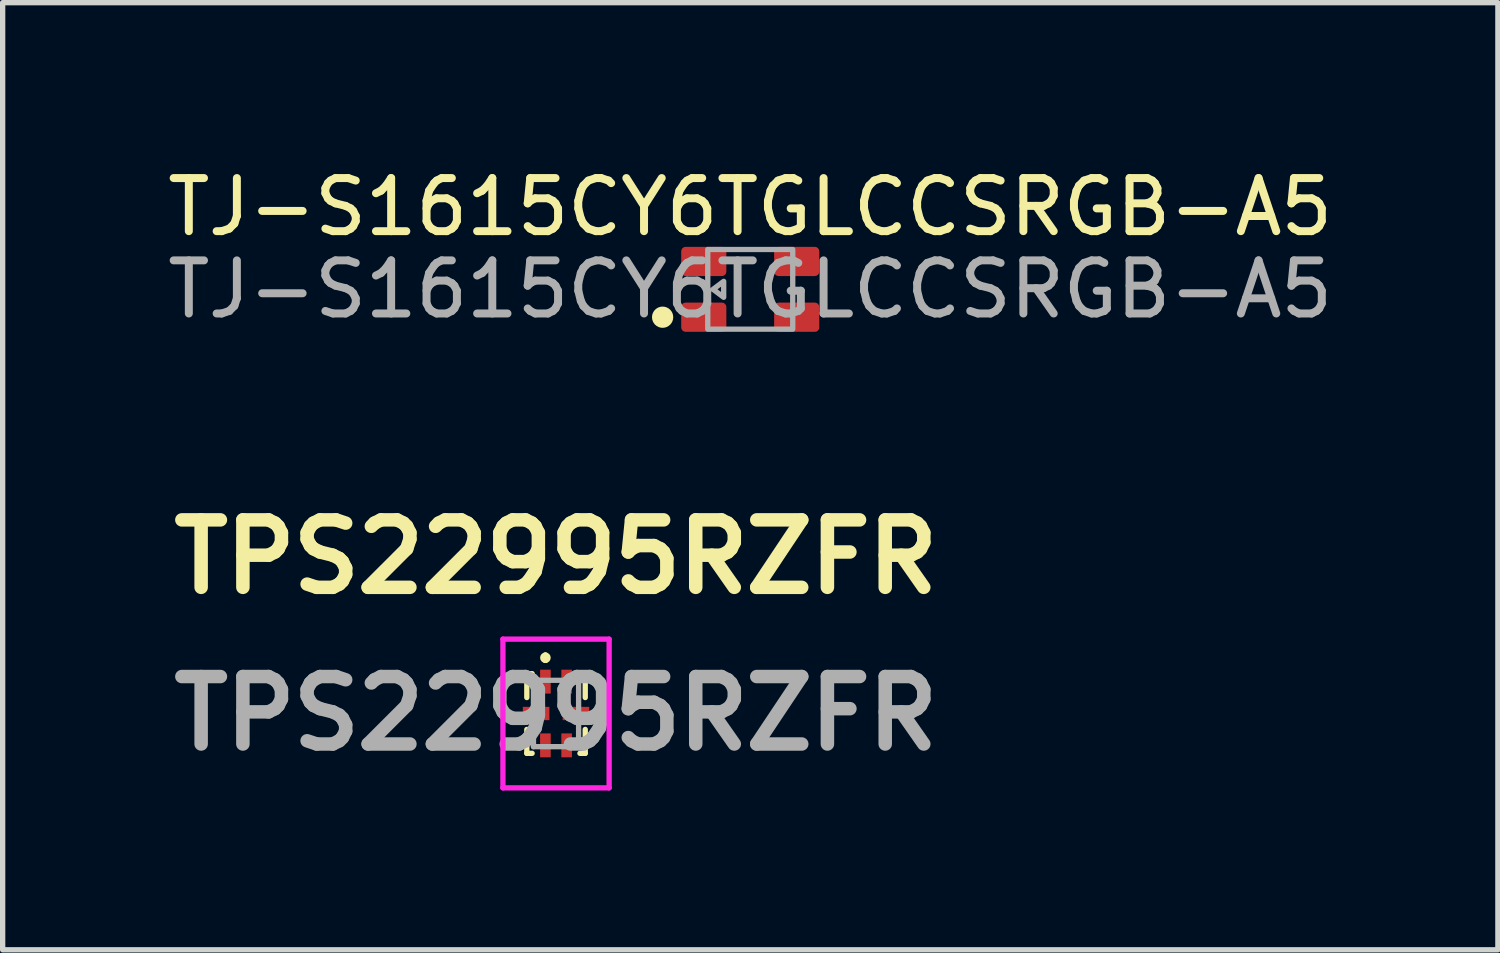
<source format=kicad_pcb>
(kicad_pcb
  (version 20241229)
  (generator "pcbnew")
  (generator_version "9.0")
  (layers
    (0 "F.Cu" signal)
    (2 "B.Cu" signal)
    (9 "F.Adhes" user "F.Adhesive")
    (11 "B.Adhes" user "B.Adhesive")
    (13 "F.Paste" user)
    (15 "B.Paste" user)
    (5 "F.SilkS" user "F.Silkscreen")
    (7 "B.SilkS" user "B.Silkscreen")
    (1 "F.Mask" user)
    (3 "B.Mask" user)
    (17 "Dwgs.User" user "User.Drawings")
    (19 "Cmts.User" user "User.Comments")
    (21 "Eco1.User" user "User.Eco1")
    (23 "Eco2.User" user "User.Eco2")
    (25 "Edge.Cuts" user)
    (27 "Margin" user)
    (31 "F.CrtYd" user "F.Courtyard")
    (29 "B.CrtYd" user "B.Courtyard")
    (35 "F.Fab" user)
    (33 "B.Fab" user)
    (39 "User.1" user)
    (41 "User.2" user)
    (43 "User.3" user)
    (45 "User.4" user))
  (footprint "TPS22995RZFR"
    (layer "F.Cu")
    (at 7.42 10.385)
    (property "Reference" "TPS22995RZFR" (at 0 -2.95 0) (layer "F.SilkS") (effects (font (size 1.27 1.27) (thickness 0.254))))
    (attr smd)
    (fp_line (start -0.55 -0.75) (end -0.55 -0.3) (stroke (width 0.1) (type default)) (layer "F.SilkS"))
    (fp_line (start -0.55 0.75) (end -0.55 0.3) (stroke (width 0.1) (type default)) (layer "F.SilkS"))
    (fp_line (start -0.45 -0.75) (end -0.55 -0.75) (stroke (width 0.1) (type default)) (layer "F.SilkS"))
    (fp_line (start -0.45 0.75) (end -0.55 0.75) (stroke (width 0.1) (type default)) (layer "F.SilkS"))
    (fp_line (start -0.2 -1.1) (end -0.2 -1.1) (stroke (width 0.1) (type solid)) (layer "F.SilkS"))
    (fp_line (start -0.2 -1) (end -0.2 -1) (stroke (width 0.1) (type solid)) (layer "F.SilkS"))
    (fp_line (start 0.45 -0.75) (end 0.55 -0.75) (stroke (width 0.1) (type default)) (layer "F.SilkS"))
    (fp_line (start 0.45 0.75) (end 0.55 0.75) (stroke (width 0.1) (type default)) (layer "F.SilkS"))
    (fp_line (start 0.55 -0.75) (end 0.55 -0.3) (stroke (width 0.1) (type default)) (layer "F.SilkS"))
    (fp_line (start 0.55 0.75) (end 0.55 0.3) (stroke (width 0.1) (type default)) (layer "F.SilkS"))
    (fp_arc (start -0.2 -1.1) (mid -0.15 -1.05) (end -0.2 -1) (stroke (width 0.1) (type solid)) (layer "F.SilkS"))
    (fp_arc (start -0.2 -1) (mid -0.25 -1.05) (end -0.2 -1.1) (stroke (width 0.1) (type solid)) (layer "F.SilkS"))
    (fp_line (start -1 -1.4) (end 1 -1.4) (stroke (width 0.1) (type solid)) (layer "F.CrtYd"))
    (fp_line (start -1 1.4) (end -1 -1.4) (stroke (width 0.1) (type solid)) (layer "F.CrtYd"))
    (fp_line (start 1 -1.4) (end 1 1.4) (stroke (width 0.1) (type solid)) (layer "F.CrtYd"))
    (fp_line (start 1 1.4) (end -1 1.4) (stroke (width 0.1) (type solid)) (layer "F.CrtYd"))
    (fp_line (start -0.425 -0.625) (end 0.425 -0.625) (stroke (width 0.1) (type solid)) (layer "F.Fab"))
    (fp_line (start -0.425 0.625) (end -0.425 -0.625) (stroke (width 0.1) (type solid)) (layer "F.Fab"))
    (fp_line (start 0.425 -0.625) (end 0.425 0.625) (stroke (width 0.1) (type solid)) (layer "F.Fab"))
    (fp_line (start 0.425 0.625) (end -0.425 0.625) (stroke (width 0.1) (type solid)) (layer "F.Fab"))
    (fp_text user "${REFERENCE}" (at 0 0 0) (layer "F.Fab") (effects (font (size 1.27 1.27) (thickness 0.254))))
    (pad "1" smd rect (at -0.2 -0.6) (size 0.2 0.45) (layers "F.Cu" "F.Mask" "F.Paste"))
    (pad "2" smd rect (at -0.375 0 90) (size 0.25 0.5) (layers "F.Cu" "F.Mask" "F.Paste"))
    (pad "3" smd rect (at -0.2 0.6) (size 0.2 0.45) (layers "F.Cu" "F.Mask" "F.Paste"))
    (pad "4" smd rect (at 0.2 0.6) (size 0.2 0.45) (layers "F.Cu" "F.Mask" "F.Paste"))
    (pad "5" smd rect (at 0.375 0 90) (size 0.25 0.5) (layers "F.Cu" "F.Mask" "F.Paste"))
    (pad "6" smd rect (at 0.2 -0.6) (size 0.2 0.45) (layers "F.Cu" "F.Mask" "F.Paste")))
  (footprint "TJ-S1615CY6TGLCCSRGB-A5"
    (layer "F.Cu")
    (at 11.077 2.398)
    (property "Reference" "TJ-S1615CY6TGLCCSRGB-A5" (at 0 -1.55 0) (unlocked yes) (layer "F.SilkS") (effects (font (size 1 1) (thickness 0.15))))
    (attr smd board_only exclude_from_pos_files exclude_from_bom allow_missing_courtyard dnp)
    (fp_circle (center -1.65 0.525) (end -1.55 0.525) (stroke (width 0.2) (type solid)) (fill no) (layer "F.SilkS"))
    (fp_rect (start -0.8 -0.75) (end 0.8 0.75) (stroke (width 0.1) (type default)) (fill no) (layer "F.Fab"))
    (fp_poly (pts (xy -0.5 -0.15) (xy -0.7 0) (xy -0.5 0.15)) (stroke (width 0.1) (type solid)) (fill no) (layer "F.Fab"))
    (fp_text user "${REFERENCE}" (at 0 0 0) (unlocked yes) (layer "F.Fab") (effects (font (size 1 1) (thickness 0.15))))
    (pad "1" smd roundrect (at -0.875 0.525) (size 0.85 0.55) (layers "F.Cu" "F.Mask" "F.Paste") (roundrect_rratio 0.15))
    (pad "2" smd roundrect (at 0.875 0.525) (size 0.85 0.55) (layers "F.Cu" "F.Mask" "F.Paste") (roundrect_rratio 0.15))
    (pad "3" smd roundrect (at 0.875 -0.525) (size 0.85 0.55) (layers "F.Cu" "F.Mask" "F.Paste") (roundrect_rratio 0.15))
    (pad "4" smd roundrect (at -0.875 -0.525) (size 0.85 0.55) (layers "F.Cu" "F.Mask" "F.Paste") (roundrect_rratio 0.15)))
  (gr_rect
    (start -3 -3)
    (end 25.155 14.835)
    (stroke (width 0.1) (type default))
    (fill no)
    (layer "Edge.Cuts")))
</source>
